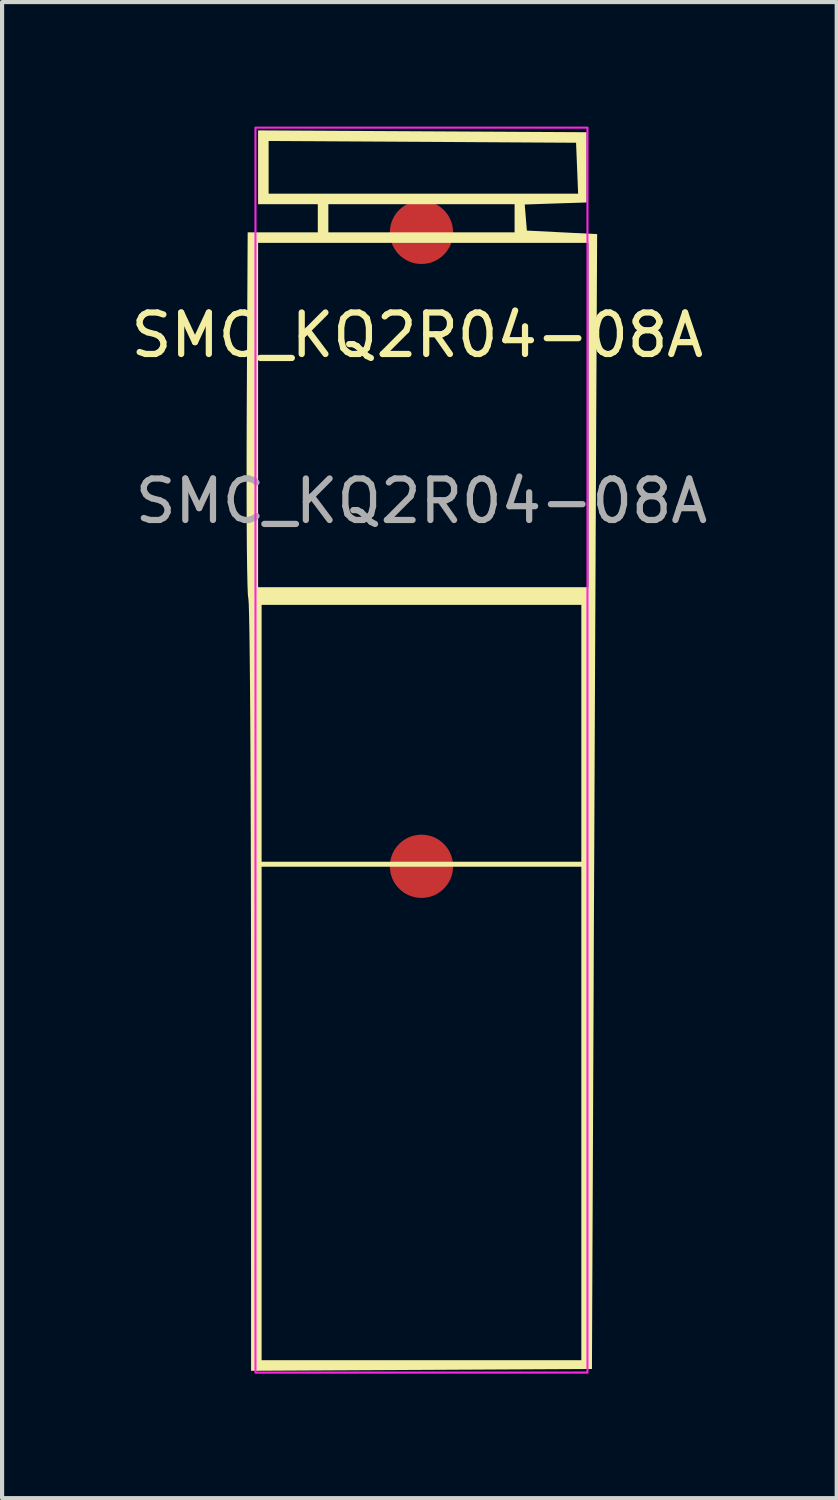
<source format=kicad_pcb>
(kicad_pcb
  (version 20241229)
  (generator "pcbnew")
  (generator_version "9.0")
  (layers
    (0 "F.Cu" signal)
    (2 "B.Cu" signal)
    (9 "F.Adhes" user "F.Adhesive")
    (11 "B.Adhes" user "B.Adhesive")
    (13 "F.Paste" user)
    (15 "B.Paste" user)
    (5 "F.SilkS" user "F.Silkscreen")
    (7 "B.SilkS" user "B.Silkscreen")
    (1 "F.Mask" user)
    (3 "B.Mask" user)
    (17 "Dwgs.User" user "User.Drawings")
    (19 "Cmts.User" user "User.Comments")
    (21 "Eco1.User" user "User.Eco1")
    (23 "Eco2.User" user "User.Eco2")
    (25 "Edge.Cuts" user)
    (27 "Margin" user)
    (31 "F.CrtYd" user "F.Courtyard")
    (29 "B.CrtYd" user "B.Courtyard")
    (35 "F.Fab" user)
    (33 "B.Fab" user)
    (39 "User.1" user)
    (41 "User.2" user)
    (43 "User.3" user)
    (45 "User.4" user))
  (footprint "SMC_KQ2R04-08A"
    (layer "F.Cu")
    (at 7.106 2.525)
    (property "Reference" "SMC_KQ2R04-08A" (at -0.1 2.5 0) (unlocked yes) (layer "F.SilkS") (effects (font (size 1 1) (thickness 0.15))))
    (fp_line (start -4 15.25) (end 4 15.25) (stroke (width 0.12) (type solid)) (layer "F.SilkS"))
    (fp_poly (pts (xy 0.021 -2.411) (xy 3.979 -2.389) (xy 3.979 -1.543) (xy 3.979 -0.696) (xy 3.234 -0.672) (xy 2.488 -0.647) (xy 2.514 -0.333) (xy 2.54 -0.019) (xy 3.387 0.024) (xy 4.233 0.066) (xy 4.211 4.511) (xy 4.208 5.232) (xy 4.204 6.104) (xy 4.199 7.107) (xy 4.194 8.221) (xy 4.188 9.429) (xy 4.182 10.711) (xy 4.176 12.048) (xy 4.17 13.421) (xy 4.164 14.811) (xy 4.157 16.198) (xy 4.151 17.564) (xy 4.149 18.185) (xy 4.108 27.413) (xy 0.001 27.435) (xy -4.106 27.457) (xy -4.108 18.207) (xy -4.108 18.101) (xy -3.852 18.101) (xy -3.852 27.202) (xy 0 27.202) (xy 3.852 27.202) (xy 3.852 18.101) (xy 3.852 9) (xy 0 9) (xy -3.852 9) (xy -3.852 18.101) (xy -4.108 18.101) (xy -4.108 16.968) (xy -4.11 15.777) (xy -4.113 14.643) (xy -4.117 13.578) (xy -4.121 12.593) (xy -4.126 11.7) (xy -4.132 10.908) (xy -4.139 10.229) (xy -4.146 9.673) (xy -4.154 9.253) (xy -4.162 8.979) (xy -4.17 8.861) (xy -4.171 8.858) (xy -4.183 8.757) (xy -4.193 8.502) (xy -4.201 8.111) (xy -4.208 7.6) (xy -4.212 6.983) (xy -4.214 6.279) (xy -4.214 5.503) (xy -4.212 4.672) (xy -4.211 4.426) (xy -3.937 4.426) (xy -3.937 8.575) (xy 0.042 8.575) (xy 4.022 8.575) (xy 4.022 4.426) (xy 4.022 0.278) (xy 0.042 0.278) (xy -3.937 0.278) (xy -3.937 4.426) (xy -4.211 4.426) (xy -4.211 4.392) (xy -4.188 0.024) (xy -3.343 0.024) (xy -2.498 0.024) (xy -2.498 -0.315) (xy -2.244 -0.315) (xy -2.244 0.024) (xy 0 0.024) (xy 2.244 0.024) (xy 2.244 -0.315) (xy 2.244 -0.654) (xy 0 -0.654) (xy -2.244 -0.654) (xy -2.244 -0.315) (xy -2.498 -0.315) (xy -2.498 -0.654) (xy -3.217 -0.654) (xy -3.937 -0.654) (xy -3.937 -1.543) (xy -3.683 -1.543) (xy -3.683 -0.908) (xy 0.046 -0.908) (xy 3.775 -0.908) (xy 3.75 -1.522) (xy 3.725 -2.135) (xy 0.021 -2.157) (xy -3.683 -2.178) (xy -3.683 -1.543) (xy -3.937 -1.543) (xy -3.937 -1.544) (xy -3.937 -2.433)) (stroke (width 0) (type solid)) (fill yes) (layer "F.SilkS"))
    (fp_rect (start -4 27.5) (end 4 -2.5) (stroke (width 0.05) (type solid)) (fill no) (layer "F.CrtYd"))
    (fp_text user "${REFERENCE}" (at 0 6.5 0) (unlocked yes) (layer "F.Fab") (effects (font (size 1 1) (thickness 0.15))))
    (pad "1" smd circle (at 0 15.3) (size 1.524 1.524) (layers "F.Cu" "F.Mask" "F.Paste"))
    (pad "2" smd circle (at 0 0.024) (size 1.524 1.524) (layers "F.Cu" "F.Mask" "F.Paste")))
  (gr_rect
    (start -3 -3)
    (end 17.112 33.05)
    (stroke (width 0.1) (type default))
    (fill no)
    (layer "Edge.Cuts")))
</source>
